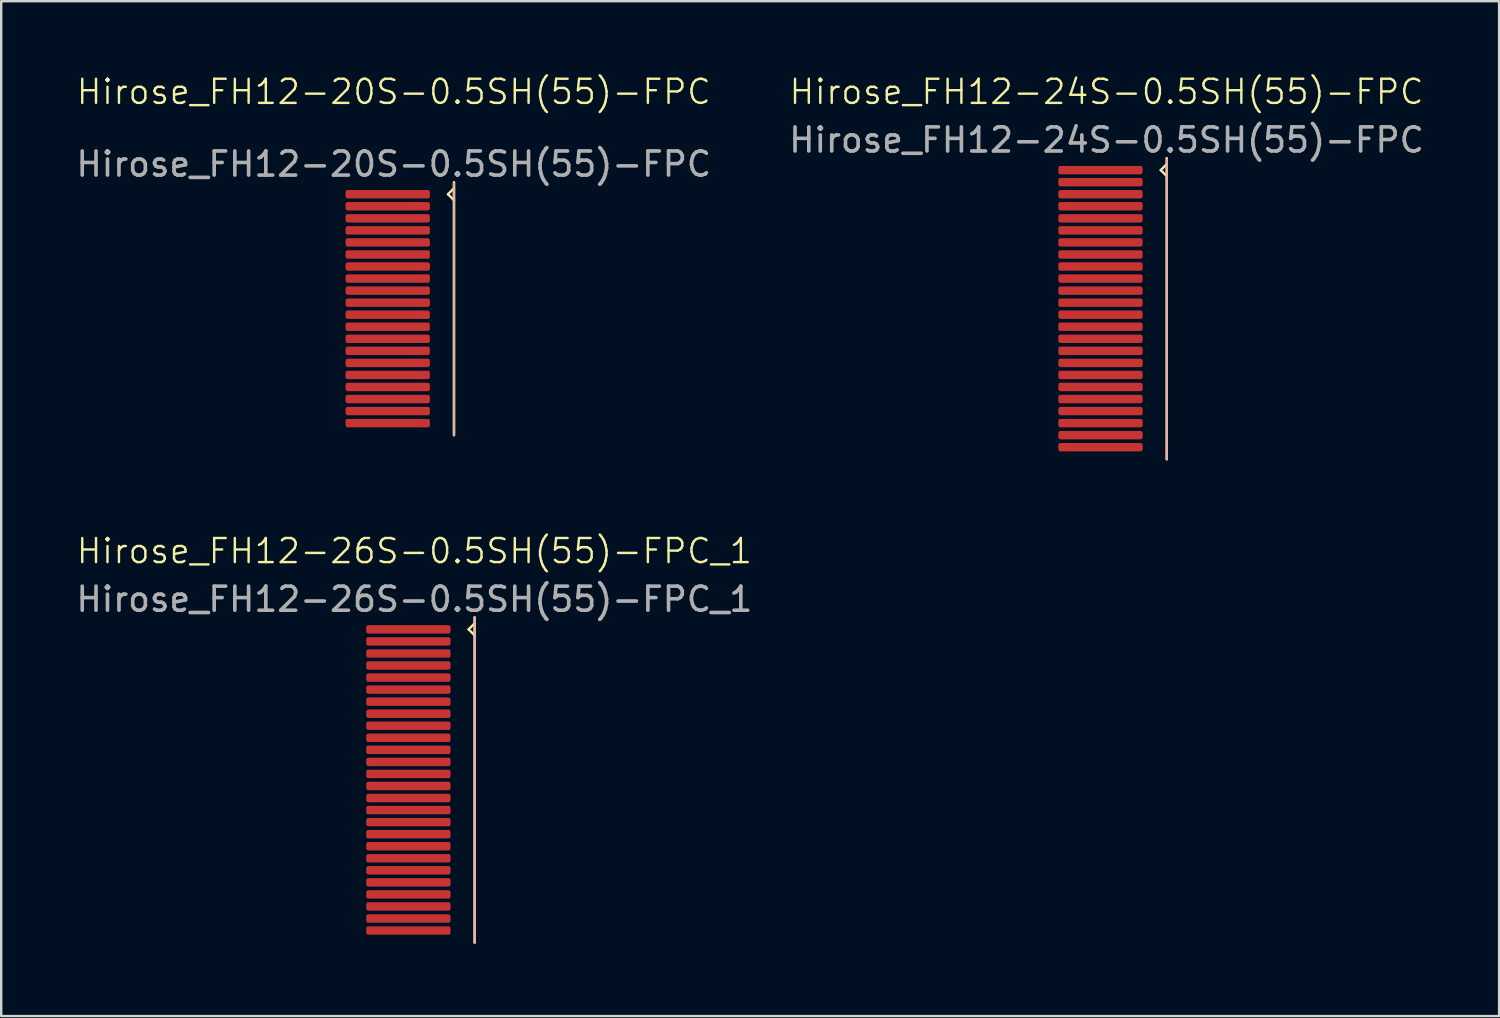
<source format=kicad_pcb>
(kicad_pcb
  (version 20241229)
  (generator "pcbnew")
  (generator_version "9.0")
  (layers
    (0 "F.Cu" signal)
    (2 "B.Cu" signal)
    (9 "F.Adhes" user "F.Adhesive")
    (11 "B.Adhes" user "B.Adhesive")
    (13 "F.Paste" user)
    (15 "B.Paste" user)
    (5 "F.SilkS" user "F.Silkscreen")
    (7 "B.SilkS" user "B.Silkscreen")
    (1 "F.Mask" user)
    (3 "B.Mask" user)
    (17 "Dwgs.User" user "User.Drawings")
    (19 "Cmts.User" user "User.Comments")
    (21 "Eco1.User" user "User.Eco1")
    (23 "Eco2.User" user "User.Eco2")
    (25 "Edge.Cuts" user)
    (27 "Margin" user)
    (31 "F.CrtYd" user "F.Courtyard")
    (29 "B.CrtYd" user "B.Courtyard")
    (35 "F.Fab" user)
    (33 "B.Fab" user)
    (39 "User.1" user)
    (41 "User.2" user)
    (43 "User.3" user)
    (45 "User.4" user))
  (footprint "Hirose_FH12-24S-0.5SH(55)-FPC"
    (layer "F.Cu")
    (at 40.875 9.761)
    (property "Reference" "Hirose_FH12-24S-0.5SH(55)-FPC" (at 2 -9 0) (unlocked yes) (layer "F.SilkS") (effects (font (size 1 1) (thickness 0.1))))
    (attr smd)
    (fp_line (start 4.25 -5.75) (end 4.5 -5.5) (stroke (width 0.1) (type default)) (layer "F.SilkS"))
    (fp_line (start 4.5 -6.25) (end 4.5 6.25) (stroke (width 0.1) (type default)) (layer "F.SilkS"))
    (fp_line (start 4.5 -6) (end 4.25 -5.75) (stroke (width 0.1) (type default)) (layer "F.SilkS"))
    (fp_line (start 4.5 6.25) (end 4.5 -6.25) (stroke (width 0.1) (type default)) (layer "B.SilkS"))
    (fp_line (start 0 -6.25) (end 4.5 -6.25) (stroke (width 0.1) (type default)) (layer "User.1"))
    (fp_line (start 0 4.05) (end 0 3.75) (stroke (width 0.1) (type default)) (layer "User.1"))
    (fp_line (start 0 6.25) (end 0 -6.25) (stroke (width 0.1) (type default)) (layer "User.1"))
    (fp_line (start 0 6.25) (end 4.5 6.25) (stroke (width 0.1) (type default)) (layer "User.1"))
    (fp_line (start 4.5 -6.25) (end 4.5 4.25) (stroke (width 0.1) (type default)) (layer "User.1"))
    (fp_text user "${REFERENCE}" (at 2 -7 0) (unlocked yes) (layer "F.Fab") (effects (font (size 1 1) (thickness 0.15))))
    (pad "1" smd roundrect (at 1.75 -5.75) (size 3.5 0.35) (layers "F.Cu" "F.Mask") (roundrect_rratio 0.25))
    (pad "2" smd roundrect (at 1.75 -5.25) (size 3.5 0.35) (layers "F.Cu" "F.Mask") (roundrect_rratio 0.25))
    (pad "3" smd roundrect (at 1.75 -4.75) (size 3.5 0.35) (layers "F.Cu" "F.Mask") (roundrect_rratio 0.25))
    (pad "4" smd roundrect (at 1.75 -4.25) (size 3.5 0.35) (layers "F.Cu" "F.Mask") (roundrect_rratio 0.25))
    (pad "5" smd roundrect (at 1.75 -3.75) (size 3.5 0.35) (layers "F.Cu" "F.Mask") (roundrect_rratio 0.25))
    (pad "6" smd roundrect (at 1.75 -3.25) (size 3.5 0.35) (layers "F.Cu" "F.Mask") (roundrect_rratio 0.25))
    (pad "7" smd roundrect (at 1.75 -2.75) (size 3.5 0.35) (layers "F.Cu" "F.Mask") (roundrect_rratio 0.25))
    (pad "8" smd roundrect (at 1.75 -2.25) (size 3.5 0.35) (layers "F.Cu" "F.Mask") (roundrect_rratio 0.25))
    (pad "9" smd roundrect (at 1.75 -1.75) (size 3.5 0.35) (layers "F.Cu" "F.Mask") (roundrect_rratio 0.25))
    (pad "10" smd roundrect (at 1.75 -1.25) (size 3.5 0.35) (layers "F.Cu" "F.Mask") (roundrect_rratio 0.25))
    (pad "11" smd roundrect (at 1.75 -0.75) (size 3.5 0.35) (layers "F.Cu" "F.Mask") (roundrect_rratio 0.25))
    (pad "12" smd roundrect (at 1.75 -0.25) (size 3.5 0.35) (layers "F.Cu" "F.Mask") (roundrect_rratio 0.25))
    (pad "13" smd roundrect (at 1.75 0.25) (size 3.5 0.35) (layers "F.Cu" "F.Mask") (roundrect_rratio 0.25))
    (pad "14" smd roundrect (at 1.75 0.75) (size 3.5 0.35) (layers "F.Cu" "F.Mask") (roundrect_rratio 0.25))
    (pad "15" smd roundrect (at 1.75 1.25) (size 3.5 0.35) (layers "F.Cu" "F.Mask") (roundrect_rratio 0.25))
    (pad "16" smd roundrect (at 1.75 1.75) (size 3.5 0.35) (layers "F.Cu" "F.Mask") (roundrect_rratio 0.25))
    (pad "17" smd roundrect (at 1.75 2.25) (size 3.5 0.35) (layers "F.Cu" "F.Mask") (roundrect_rratio 0.25))
    (pad "18" smd roundrect (at 1.75 2.75) (size 3.5 0.35) (layers "F.Cu" "F.Mask") (roundrect_rratio 0.25))
    (pad "19" smd roundrect (at 1.75 3.25) (size 3.5 0.35) (layers "F.Cu" "F.Mask") (roundrect_rratio 0.25))
    (pad "20" smd roundrect (at 1.75 3.75) (size 3.5 0.35) (layers "F.Cu" "F.Mask") (roundrect_rratio 0.25))
    (pad "21" smd roundrect (at 1.75 4.25) (size 3.5 0.35) (layers "F.Cu" "F.Mask") (roundrect_rratio 0.25))
    (pad "22" smd roundrect (at 1.75 4.75) (size 3.5 0.35) (layers "F.Cu" "F.Mask") (roundrect_rratio 0.25))
    (pad "23" smd roundrect (at 1.75 5.25) (size 3.5 0.35) (layers "F.Cu" "F.Mask") (roundrect_rratio 0.25))
    (pad "24" smd roundrect (at 1.75 5.75) (size 3.5 0.35) (layers "F.Cu" "F.Mask") (roundrect_rratio 0.25)))
  (footprint "Hirose_FH12-20S-0.5SH(55)-FPC"
    (layer "F.Cu")
    (at 11.292 9.761)
    (property "Reference" "Hirose_FH12-20S-0.5SH(55)-FPC" (at 2 -9 0) (unlocked yes) (layer "F.SilkS") (effects (font (size 1 1) (thickness 0.1))))
    (attr smd)
    (fp_line (start 4.25 -4.75) (end 4.5 -4.5) (stroke (width 0.1) (type default)) (layer "F.SilkS"))
    (fp_line (start 4.5 -5.25) (end 4.5 5.25) (stroke (width 0.1) (type default)) (layer "F.SilkS"))
    (fp_line (start 4.5 -5) (end 4.25 -4.75) (stroke (width 0.1) (type default)) (layer "F.SilkS"))
    (fp_line (start 4.5 5.25) (end 4.5 -5.25) (stroke (width 0.1) (type default)) (layer "B.SilkS"))
    (fp_line (start 0 -5.25) (end 4.5 -5.25) (stroke (width 0.1) (type default)) (layer "User.1"))
    (fp_line (start 0 5.05) (end 0 4.75) (stroke (width 0.1) (type default)) (layer "User.1"))
    (fp_line (start 0 5.25) (end 0 -5.25) (stroke (width 0.1) (type default)) (layer "User.1"))
    (fp_line (start 0 5.25) (end 4.5 5.25) (stroke (width 0.1) (type default)) (layer "User.1"))
    (fp_line (start 4.5 -5.25) (end 4.5 5.25) (stroke (width 0.1) (type default)) (layer "User.1"))
    (fp_text user "${REFERENCE}" (at 2 -6 0) (unlocked yes) (layer "F.Fab") (effects (font (size 1 1) (thickness 0.15))))
    (pad "1" smd roundrect (at 1.75 -4.75) (size 3.5 0.35) (layers "F.Cu" "F.Mask") (roundrect_rratio 0.25))
    (pad "2" smd roundrect (at 1.75 -4.25) (size 3.5 0.35) (layers "F.Cu" "F.Mask") (roundrect_rratio 0.25))
    (pad "3" smd roundrect (at 1.75 -3.75) (size 3.5 0.35) (layers "F.Cu" "F.Mask") (roundrect_rratio 0.25))
    (pad "4" smd roundrect (at 1.75 -3.25) (size 3.5 0.35) (layers "F.Cu" "F.Mask") (roundrect_rratio 0.25))
    (pad "5" smd roundrect (at 1.75 -2.75) (size 3.5 0.35) (layers "F.Cu" "F.Mask") (roundrect_rratio 0.25))
    (pad "6" smd roundrect (at 1.75 -2.25) (size 3.5 0.35) (layers "F.Cu" "F.Mask") (roundrect_rratio 0.25))
    (pad "7" smd roundrect (at 1.75 -1.75) (size 3.5 0.35) (layers "F.Cu" "F.Mask") (roundrect_rratio 0.25))
    (pad "8" smd roundrect (at 1.75 -1.25) (size 3.5 0.35) (layers "F.Cu" "F.Mask") (roundrect_rratio 0.25))
    (pad "9" smd roundrect (at 1.75 -0.75) (size 3.5 0.35) (layers "F.Cu" "F.Mask") (roundrect_rratio 0.25))
    (pad "10" smd roundrect (at 1.75 -0.25) (size 3.5 0.35) (layers "F.Cu" "F.Mask") (roundrect_rratio 0.25))
    (pad "11" smd roundrect (at 1.75 0.25) (size 3.5 0.35) (layers "F.Cu" "F.Mask") (roundrect_rratio 0.25))
    (pad "12" smd roundrect (at 1.75 0.75) (size 3.5 0.35) (layers "F.Cu" "F.Mask") (roundrect_rratio 0.25))
    (pad "13" smd roundrect (at 1.75 1.25) (size 3.5 0.35) (layers "F.Cu" "F.Mask") (roundrect_rratio 0.25))
    (pad "14" smd roundrect (at 1.75 1.75) (size 3.5 0.35) (layers "F.Cu" "F.Mask") (roundrect_rratio 0.25))
    (pad "15" smd roundrect (at 1.75 2.25) (size 3.5 0.35) (layers "F.Cu" "F.Mask") (roundrect_rratio 0.25))
    (pad "16" smd roundrect (at 1.75 2.75) (size 3.5 0.35) (layers "F.Cu" "F.Mask") (roundrect_rratio 0.25))
    (pad "17" smd roundrect (at 1.75 3.25) (size 3.5 0.35) (layers "F.Cu" "F.Mask") (roundrect_rratio 0.25))
    (pad "18" smd roundrect (at 1.75 3.75) (size 3.5 0.35) (layers "F.Cu" "F.Mask") (roundrect_rratio 0.25))
    (pad "19" smd roundrect (at 1.75 4.25) (size 3.5 0.35) (layers "F.Cu" "F.Mask") (roundrect_rratio 0.25))
    (pad "20" smd roundrect (at 1.75 4.75) (size 3.5 0.35) (layers "F.Cu" "F.Mask") (roundrect_rratio 0.25)))
  (footprint "Hirose_FH12-26S-0.5SH(55)-FPC_1"
    (layer "F.Cu")
    (at 12.149 29.321)
    (property "Reference" "Hirose_FH12-26S-0.5SH(55)-FPC_1" (at 2 -9.5 0) (unlocked yes) (layer "F.SilkS") (effects (font (size 1 1) (thickness 0.1))))
    (attr smd)
    (fp_line (start 4.25 -6.25) (end 4.5 -6) (stroke (width 0.1) (type default)) (layer "F.SilkS"))
    (fp_line (start 4.5 -6.75) (end 4.5 6.75) (stroke (width 0.1) (type default)) (layer "F.SilkS"))
    (fp_line (start 4.5 -6.5) (end 4.25 -6.25) (stroke (width 0.1) (type default)) (layer "F.SilkS"))
    (fp_line (start 4.5 6.75) (end 4.5 -6.75) (stroke (width 0.1) (type default)) (layer "B.SilkS"))
    (fp_line (start 0 -6.75) (end 4.5 -6.75) (stroke (width 0.1) (type default)) (layer "User.1"))
    (fp_line (start 0 3.55) (end 0 3.25) (stroke (width 0.1) (type default)) (layer "User.1"))
    (fp_line (start 0 6.75) (end 0 -6.75) (stroke (width 0.1) (type default)) (layer "User.1"))
    (fp_line (start 0 6.75) (end 4.5 6.75) (stroke (width 0.1) (type default)) (layer "User.1"))
    (fp_line (start 4.5 -6.75) (end 4.5 3.75) (stroke (width 0.1) (type default)) (layer "User.1"))
    (fp_text user "${REFERENCE}" (at 2 -7.5 0) (unlocked yes) (layer "F.Fab") (effects (font (size 1 1) (thickness 0.15))))
    (pad "1" smd roundrect (at 1.75 -6.25) (size 3.5 0.35) (layers "F.Cu" "F.Mask") (roundrect_rratio 0.25))
    (pad "2" smd roundrect (at 1.75 -5.75) (size 3.5 0.35) (layers "F.Cu" "F.Mask") (roundrect_rratio 0.25))
    (pad "3" smd roundrect (at 1.75 -5.25) (size 3.5 0.35) (layers "F.Cu" "F.Mask") (roundrect_rratio 0.25))
    (pad "4" smd roundrect (at 1.75 -4.75) (size 3.5 0.35) (layers "F.Cu" "F.Mask") (roundrect_rratio 0.25))
    (pad "5" smd roundrect (at 1.75 -4.25) (size 3.5 0.35) (layers "F.Cu" "F.Mask") (roundrect_rratio 0.25))
    (pad "6" smd roundrect (at 1.75 -3.75) (size 3.5 0.35) (layers "F.Cu" "F.Mask") (roundrect_rratio 0.25))
    (pad "7" smd roundrect (at 1.75 -3.25) (size 3.5 0.35) (layers "F.Cu" "F.Mask") (roundrect_rratio 0.25))
    (pad "8" smd roundrect (at 1.75 -2.75) (size 3.5 0.35) (layers "F.Cu" "F.Mask") (roundrect_rratio 0.25))
    (pad "9" smd roundrect (at 1.75 -2.25) (size 3.5 0.35) (layers "F.Cu" "F.Mask") (roundrect_rratio 0.25))
    (pad "10" smd roundrect (at 1.75 -1.75) (size 3.5 0.35) (layers "F.Cu" "F.Mask") (roundrect_rratio 0.25))
    (pad "11" smd roundrect (at 1.75 -1.25) (size 3.5 0.35) (layers "F.Cu" "F.Mask") (roundrect_rratio 0.25))
    (pad "12" smd roundrect (at 1.75 -0.75) (size 3.5 0.35) (layers "F.Cu" "F.Mask") (roundrect_rratio 0.25))
    (pad "13" smd roundrect (at 1.75 -0.25) (size 3.5 0.35) (layers "F.Cu" "F.Mask") (roundrect_rratio 0.25))
    (pad "14" smd roundrect (at 1.75 0.25) (size 3.5 0.35) (layers "F.Cu" "F.Mask") (roundrect_rratio 0.25))
    (pad "15" smd roundrect (at 1.75 0.75) (size 3.5 0.35) (layers "F.Cu" "F.Mask") (roundrect_rratio 0.25))
    (pad "16" smd roundrect (at 1.75 1.25) (size 3.5 0.35) (layers "F.Cu" "F.Mask") (roundrect_rratio 0.25))
    (pad "17" smd roundrect (at 1.75 1.75) (size 3.5 0.35) (layers "F.Cu" "F.Mask") (roundrect_rratio 0.25))
    (pad "18" smd roundrect (at 1.75 2.25) (size 3.5 0.35) (layers "F.Cu" "F.Mask") (roundrect_rratio 0.25))
    (pad "19" smd roundrect (at 1.75 2.75) (size 3.5 0.35) (layers "F.Cu" "F.Mask") (roundrect_rratio 0.25))
    (pad "20" smd roundrect (at 1.75 3.25) (size 3.5 0.35) (layers "F.Cu" "F.Mask") (roundrect_rratio 0.25))
    (pad "21" smd roundrect (at 1.75 3.75) (size 3.5 0.35) (layers "F.Cu" "F.Mask") (roundrect_rratio 0.25))
    (pad "22" smd roundrect (at 1.75 4.25) (size 3.5 0.35) (layers "F.Cu" "F.Mask") (roundrect_rratio 0.25))
    (pad "23" smd roundrect (at 1.75 4.75) (size 3.5 0.35) (layers "F.Cu" "F.Mask") (roundrect_rratio 0.25))
    (pad "24" smd roundrect (at 1.75 5.25) (size 3.5 0.35) (layers "F.Cu" "F.Mask") (roundrect_rratio 0.25))
    (pad "25" smd roundrect (at 1.75 5.75) (size 3.5 0.35) (layers "F.Cu" "F.Mask") (roundrect_rratio 0.25))
    (pad "26" smd roundrect (at 1.75 6.25) (size 3.5 0.35) (layers "F.Cu" "F.Mask") (roundrect_rratio 0.25)))
  (gr_rect
    (start -3 -3)
    (end 59.167 39.121)
    (stroke (width 0.1) (type default))
    (fill no)
    (layer "Edge.Cuts")))
</source>
